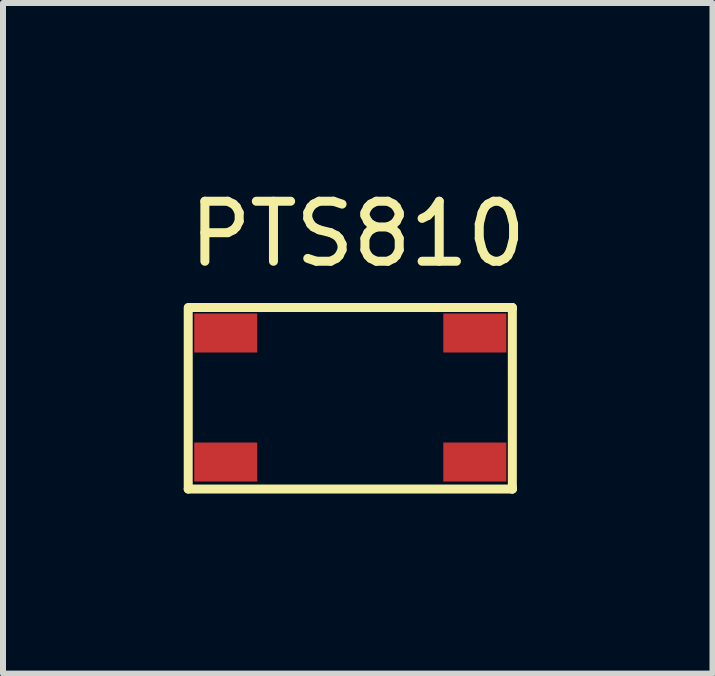
<source format=kicad_pcb>
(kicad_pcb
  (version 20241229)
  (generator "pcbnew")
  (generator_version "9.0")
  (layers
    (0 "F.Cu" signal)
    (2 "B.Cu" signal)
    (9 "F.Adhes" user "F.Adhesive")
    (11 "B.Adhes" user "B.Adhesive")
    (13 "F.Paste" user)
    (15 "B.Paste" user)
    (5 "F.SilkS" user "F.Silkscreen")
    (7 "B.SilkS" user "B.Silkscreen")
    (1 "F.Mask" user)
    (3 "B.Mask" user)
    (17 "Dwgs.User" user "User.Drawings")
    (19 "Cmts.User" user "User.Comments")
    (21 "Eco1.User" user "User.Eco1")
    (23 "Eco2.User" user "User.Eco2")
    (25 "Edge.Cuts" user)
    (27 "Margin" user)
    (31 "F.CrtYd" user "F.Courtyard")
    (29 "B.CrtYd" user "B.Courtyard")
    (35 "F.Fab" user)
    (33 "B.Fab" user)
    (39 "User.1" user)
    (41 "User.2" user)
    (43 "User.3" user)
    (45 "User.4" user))
  (footprint "PTS810"
    (layer "F.Cu")
    (at 1.236 4.323)
    (property "Reference" "PTS810" (at 1.675 -3.475 0) (layer "F.SilkS") (effects (font (size 1 1) (thickness 0.15))))
    (attr through_hole)
    (fp_line (start -1.15 0.775) (end -1.15 -2.25) (stroke (width 0.15) (type solid)) (layer "F.SilkS"))
    (fp_line (start 4.25 -2.25) (end -1.125 -2.25) (stroke (width 0.15) (type solid)) (layer "F.SilkS"))
    (fp_line (start 4.25 -2.225) (end 4.25 -2.25) (stroke (width 0.15) (type solid)) (layer "F.SilkS"))
    (fp_line (start 4.25 -2.225) (end 4.25 0.775) (stroke (width 0.15) (type solid)) (layer "F.SilkS"))
    (fp_line (start 4.25 0.75) (end 4.25 0.775) (stroke (width 0.15) (type solid)) (layer "F.SilkS"))
    (fp_line (start 4.25 0.775) (end -1.15 0.775) (stroke (width 0.15) (type solid)) (layer "F.SilkS"))
    (pad "1" smd rect (at -0.525 -1.825) (size 1.05 0.65) (layers "F.Cu" "F.Mask" "F.Paste"))
    (pad "1" smd rect (at 3.625 -1.825) (size 1.05 0.65) (layers "F.Cu" "F.Mask" "F.Paste"))
    (pad "2" smd rect (at -0.525 0.325) (size 1.05 0.65) (layers "F.Cu" "F.Mask" "F.Paste"))
    (pad "2" smd rect (at 3.625 0.325) (size 1.05 0.65) (layers "F.Cu" "F.Mask" "F.Paste")))
  (gr_rect
    (start -3 -3)
    (end 8.821 8.173)
    (stroke (width 0.1) (type default))
    (fill no)
    (layer "Edge.Cuts")))
</source>
